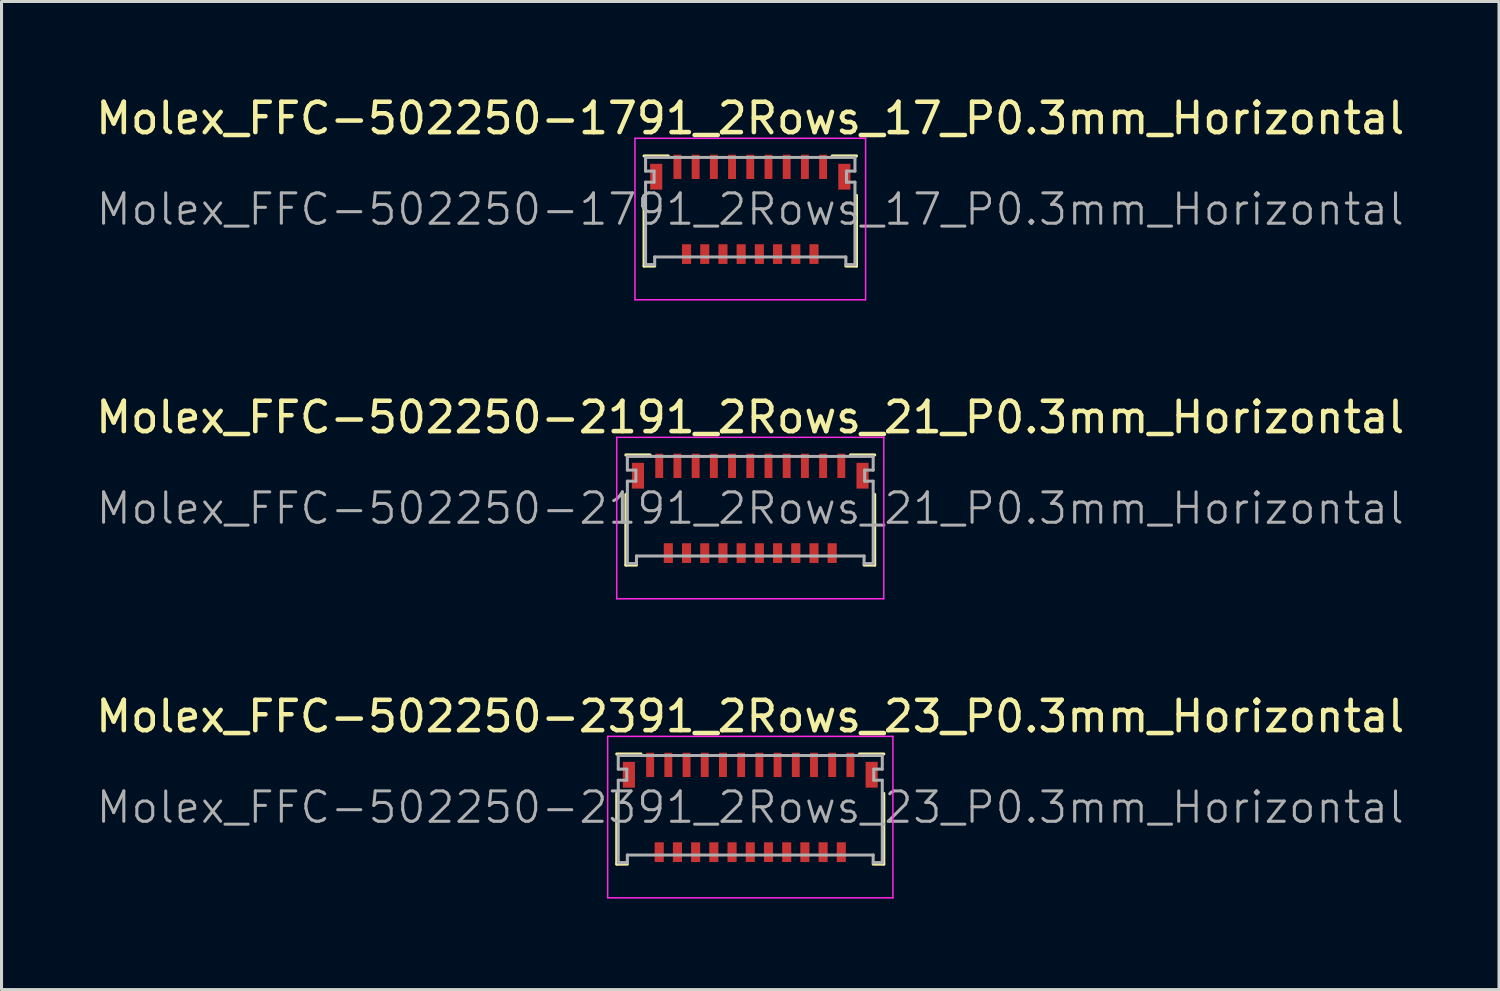
<source format=kicad_pcb>
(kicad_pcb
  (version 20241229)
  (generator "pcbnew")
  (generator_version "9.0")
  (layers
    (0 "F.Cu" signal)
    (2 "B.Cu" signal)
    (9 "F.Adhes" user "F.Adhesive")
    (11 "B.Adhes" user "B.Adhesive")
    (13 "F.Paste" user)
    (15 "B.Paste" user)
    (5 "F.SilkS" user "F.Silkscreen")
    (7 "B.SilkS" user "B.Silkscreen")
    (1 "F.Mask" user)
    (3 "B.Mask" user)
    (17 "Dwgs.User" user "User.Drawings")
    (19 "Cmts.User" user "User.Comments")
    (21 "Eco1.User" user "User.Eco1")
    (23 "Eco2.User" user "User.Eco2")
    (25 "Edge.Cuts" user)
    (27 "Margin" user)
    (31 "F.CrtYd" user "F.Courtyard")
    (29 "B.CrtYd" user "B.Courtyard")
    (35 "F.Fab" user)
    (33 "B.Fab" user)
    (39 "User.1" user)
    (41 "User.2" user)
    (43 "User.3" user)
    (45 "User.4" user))
  (footprint "Molex_FFC-502250-2191_2Rows_21_P0.3mm_Horizontal"
    (layer "F.Cu")
    (at 21.673 13.701)
    (property "Reference" "Molex_FFC-502250-2191_2Rows_21_P0.3mm_Horizontal" (at 0 -3 0) (layer "F.SilkS") (effects (font (size 1 1) (thickness 0.15))))
    (attr smd)
    (fp_line (start -4.1 -1.76) (end -3.3 -1.76) (stroke (width 0.1) (type solid)) (layer "F.SilkS"))
    (fp_line (start -4.1 -0.46) (end -4.1 1.87) (stroke (width 0.1) (type solid)) (layer "F.SilkS"))
    (fp_line (start -4.1 1.87) (end -3.75 1.87) (stroke (width 0.1) (type solid)) (layer "F.SilkS"))
    (fp_line (start 4.1 -1.76) (end 3.3 -1.76) (stroke (width 0.1) (type solid)) (layer "F.SilkS"))
    (fp_line (start 4.1 -0.46) (end 4.1 1.87) (stroke (width 0.1) (type solid)) (layer "F.SilkS"))
    (fp_line (start 4.1 1.87) (end 3.75 1.87) (stroke (width 0.1) (type solid)) (layer "F.SilkS"))
    (fp_line (start -4.4 -2.34) (end 4.4 -2.34) (stroke (width 0.05) (type solid)) (layer "F.CrtYd"))
    (fp_line (start -4.4 2.98) (end -4.4 -2.34) (stroke (width 0.05) (type solid)) (layer "F.CrtYd"))
    (fp_line (start 4.4 -2.34) (end 4.4 2.98) (stroke (width 0.05) (type solid)) (layer "F.CrtYd"))
    (fp_line (start 4.4 2.98) (end -4.4 2.98) (stroke (width 0.05) (type solid)) (layer "F.CrtYd"))
    (fp_line (start -4.05 -1.71) (end -4.05 -1.26) (stroke (width 0.1) (type solid)) (layer "F.Fab"))
    (fp_line (start -4.05 -1.26) (end -3.77 -1.26) (stroke (width 0.1) (type solid)) (layer "F.Fab"))
    (fp_line (start -4.05 -0.895) (end -4.05 1.82) (stroke (width 0.1) (type solid)) (layer "F.Fab"))
    (fp_line (start -4.05 1.82) (end -3.75 1.82) (stroke (width 0.1) (type solid)) (layer "F.Fab"))
    (fp_line (start -3.77 -1.26) (end -3.77 -0.895) (stroke (width 0.1) (type solid)) (layer "F.Fab"))
    (fp_line (start -3.77 -0.895) (end -4.05 -0.895) (stroke (width 0.1) (type solid)) (layer "F.Fab"))
    (fp_line (start -3.75 1.57) (end 3.75 1.57) (stroke (width 0.1) (type solid)) (layer "F.Fab"))
    (fp_line (start -3.75 1.82) (end -3.75 1.57) (stroke (width 0.1) (type solid)) (layer "F.Fab"))
    (fp_line (start 3.75 1.57) (end 3.75 1.82) (stroke (width 0.1) (type solid)) (layer "F.Fab"))
    (fp_line (start 3.75 1.82) (end 4.05 1.82) (stroke (width 0.1) (type solid)) (layer "F.Fab"))
    (fp_line (start 3.77 -1.26) (end 4.05 -1.26) (stroke (width 0.1) (type solid)) (layer "F.Fab"))
    (fp_line (start 3.77 -0.895) (end 3.77 -1.26) (stroke (width 0.1) (type solid)) (layer "F.Fab"))
    (fp_line (start 4.05 -1.71) (end -4.05 -1.71) (stroke (width 0.1) (type solid)) (layer "F.Fab"))
    (fp_line (start 4.05 -1.26) (end 4.05 -1.71) (stroke (width 0.1) (type solid)) (layer "F.Fab"))
    (fp_line (start 4.05 -0.895) (end 3.77 -0.895) (stroke (width 0.1) (type solid)) (layer "F.Fab"))
    (fp_line (start 4.05 1.82) (end 4.05 -0.895) (stroke (width 0.1) (type solid)) (layer "F.Fab"))
    (fp_text user "${REFERENCE}" (at 0 0 0) (layer "F.Fab") (effects (font (size 1 1) (thickness 0.1))))
    (pad "" smd rect (at -3.7 -1.075) (size 0.4 0.85) (layers "F.Cu" "F.Mask" "F.Paste"))
    (pad "" smd rect (at 3.7 -1.075) (size 0.4 0.85) (layers "F.Cu" "F.Mask" "F.Paste"))
    (pad "1" smd rect (at -3 -1.4) (size 0.26 0.8) (layers "F.Cu" "F.Mask" "F.Paste"))
    (pad "2" smd rect (at -2.7 1.475) (size 0.3 0.65) (layers "F.Cu" "F.Mask" "F.Paste"))
    (pad "3" smd rect (at -2.4 -1.4) (size 0.26 0.8) (layers "F.Cu" "F.Mask" "F.Paste"))
    (pad "4" smd rect (at -2.1 1.475) (size 0.3 0.65) (layers "F.Cu" "F.Mask" "F.Paste"))
    (pad "5" smd rect (at -1.8 -1.4) (size 0.26 0.8) (layers "F.Cu" "F.Mask" "F.Paste"))
    (pad "6" smd rect (at -1.5 1.475) (size 0.3 0.65) (layers "F.Cu" "F.Mask" "F.Paste"))
    (pad "7" smd rect (at -1.2 -1.4) (size 0.26 0.8) (layers "F.Cu" "F.Mask" "F.Paste"))
    (pad "8" smd rect (at -0.9 1.475) (size 0.3 0.65) (layers "F.Cu" "F.Mask" "F.Paste"))
    (pad "9" smd rect (at -0.6 -1.4) (size 0.26 0.8) (layers "F.Cu" "F.Mask" "F.Paste"))
    (pad "10" smd rect (at -0.3 1.475) (size 0.3 0.65) (layers "F.Cu" "F.Mask" "F.Paste"))
    (pad "11" smd rect (at 0 -1.4) (size 0.26 0.8) (layers "F.Cu" "F.Mask" "F.Paste"))
    (pad "12" smd rect (at 0.3 1.475) (size 0.3 0.65) (layers "F.Cu" "F.Mask" "F.Paste"))
    (pad "13" smd rect (at 0.6 -1.4) (size 0.26 0.8) (layers "F.Cu" "F.Mask" "F.Paste"))
    (pad "14" smd rect (at 0.9 1.475) (size 0.3 0.65) (layers "F.Cu" "F.Mask" "F.Paste"))
    (pad "15" smd rect (at 1.2 -1.4) (size 0.26 0.8) (layers "F.Cu" "F.Mask" "F.Paste"))
    (pad "16" smd rect (at 1.5 1.475) (size 0.3 0.65) (layers "F.Cu" "F.Mask" "F.Paste"))
    (pad "17" smd rect (at 1.8 -1.4) (size 0.26 0.8) (layers "F.Cu" "F.Mask" "F.Paste"))
    (pad "18" smd rect (at 2.1 1.475) (size 0.3 0.65) (layers "F.Cu" "F.Mask" "F.Paste"))
    (pad "19" smd rect (at 2.4 -1.4) (size 0.26 0.8) (layers "F.Cu" "F.Mask" "F.Paste"))
    (pad "20" smd rect (at 2.7 1.475) (size 0.3 0.65) (layers "F.Cu" "F.Mask" "F.Paste"))
    (pad "21" smd rect (at 3 -1.4) (size 0.26 0.8) (layers "F.Cu" "F.Mask" "F.Paste")))
  (footprint "Molex_FFC-502250-1791_2Rows_17_P0.3mm_Horizontal"
    (layer "F.Cu")
    (at 21.673 3.848)
    (property "Reference" "Molex_FFC-502250-1791_2Rows_17_P0.3mm_Horizontal" (at 0 -3 0) (layer "F.SilkS") (effects (font (size 1 1) (thickness 0.15))))
    (attr smd)
    (fp_line (start -3.5 -1.76) (end -2.7 -1.76) (stroke (width 0.1) (type solid)) (layer "F.SilkS"))
    (fp_line (start -3.5 -0.46) (end -3.5 1.87) (stroke (width 0.1) (type solid)) (layer "F.SilkS"))
    (fp_line (start -3.5 1.87) (end -3.15 1.87) (stroke (width 0.1) (type solid)) (layer "F.SilkS"))
    (fp_line (start 3.5 -1.76) (end 2.7 -1.76) (stroke (width 0.1) (type solid)) (layer "F.SilkS"))
    (fp_line (start 3.5 -0.46) (end 3.5 1.87) (stroke (width 0.1) (type solid)) (layer "F.SilkS"))
    (fp_line (start 3.5 1.87) (end 3.15 1.87) (stroke (width 0.1) (type solid)) (layer "F.SilkS"))
    (fp_line (start -3.8 -2.34) (end 3.8 -2.34) (stroke (width 0.05) (type solid)) (layer "F.CrtYd"))
    (fp_line (start -3.8 2.98) (end -3.8 -2.34) (stroke (width 0.05) (type solid)) (layer "F.CrtYd"))
    (fp_line (start 3.8 -2.34) (end 3.8 2.98) (stroke (width 0.05) (type solid)) (layer "F.CrtYd"))
    (fp_line (start 3.8 2.98) (end -3.8 2.98) (stroke (width 0.05) (type solid)) (layer "F.CrtYd"))
    (fp_line (start -3.45 -1.71) (end -3.45 -1.26) (stroke (width 0.1) (type solid)) (layer "F.Fab"))
    (fp_line (start -3.45 -1.26) (end -3.17 -1.26) (stroke (width 0.1) (type solid)) (layer "F.Fab"))
    (fp_line (start -3.45 -0.895) (end -3.45 1.82) (stroke (width 0.1) (type solid)) (layer "F.Fab"))
    (fp_line (start -3.45 1.82) (end -3.15 1.82) (stroke (width 0.1) (type solid)) (layer "F.Fab"))
    (fp_line (start -3.17 -1.26) (end -3.17 -0.895) (stroke (width 0.1) (type solid)) (layer "F.Fab"))
    (fp_line (start -3.17 -0.895) (end -3.45 -0.895) (stroke (width 0.1) (type solid)) (layer "F.Fab"))
    (fp_line (start -3.15 1.57) (end 3.15 1.57) (stroke (width 0.1) (type solid)) (layer "F.Fab"))
    (fp_line (start -3.15 1.82) (end -3.15 1.57) (stroke (width 0.1) (type solid)) (layer "F.Fab"))
    (fp_line (start 3.15 1.57) (end 3.15 1.82) (stroke (width 0.1) (type solid)) (layer "F.Fab"))
    (fp_line (start 3.15 1.82) (end 3.45 1.82) (stroke (width 0.1) (type solid)) (layer "F.Fab"))
    (fp_line (start 3.17 -1.26) (end 3.45 -1.26) (stroke (width 0.1) (type solid)) (layer "F.Fab"))
    (fp_line (start 3.17 -0.895) (end 3.17 -1.26) (stroke (width 0.1) (type solid)) (layer "F.Fab"))
    (fp_line (start 3.45 -1.71) (end -3.45 -1.71) (stroke (width 0.1) (type solid)) (layer "F.Fab"))
    (fp_line (start 3.45 -1.26) (end 3.45 -1.71) (stroke (width 0.1) (type solid)) (layer "F.Fab"))
    (fp_line (start 3.45 -0.895) (end 3.17 -0.895) (stroke (width 0.1) (type solid)) (layer "F.Fab"))
    (fp_line (start 3.45 1.82) (end 3.45 -0.895) (stroke (width 0.1) (type solid)) (layer "F.Fab"))
    (fp_text user "${REFERENCE}" (at 0 0 0) (layer "F.Fab") (effects (font (size 1 1) (thickness 0.1))))
    (pad "" smd rect (at -3.1 -1.075) (size 0.4 0.85) (layers "F.Cu" "F.Mask" "F.Paste"))
    (pad "" smd rect (at 3.1 -1.075) (size 0.4 0.85) (layers "F.Cu" "F.Mask" "F.Paste"))
    (pad "1" smd rect (at -2.4 -1.4) (size 0.26 0.8) (layers "F.Cu" "F.Mask" "F.Paste"))
    (pad "2" smd rect (at -2.1 1.475) (size 0.3 0.65) (layers "F.Cu" "F.Mask" "F.Paste"))
    (pad "3" smd rect (at -1.8 -1.4) (size 0.26 0.8) (layers "F.Cu" "F.Mask" "F.Paste"))
    (pad "4" smd rect (at -1.5 1.475) (size 0.3 0.65) (layers "F.Cu" "F.Mask" "F.Paste"))
    (pad "5" smd rect (at -1.2 -1.4) (size 0.26 0.8) (layers "F.Cu" "F.Mask" "F.Paste"))
    (pad "6" smd rect (at -0.9 1.475) (size 0.3 0.65) (layers "F.Cu" "F.Mask" "F.Paste"))
    (pad "7" smd rect (at -0.6 -1.4) (size 0.26 0.8) (layers "F.Cu" "F.Mask" "F.Paste"))
    (pad "8" smd rect (at -0.3 1.475) (size 0.3 0.65) (layers "F.Cu" "F.Mask" "F.Paste"))
    (pad "9" smd rect (at 0 -1.4) (size 0.26 0.8) (layers "F.Cu" "F.Mask" "F.Paste"))
    (pad "10" smd rect (at 0.3 1.475) (size 0.3 0.65) (layers "F.Cu" "F.Mask" "F.Paste"))
    (pad "11" smd rect (at 0.6 -1.4) (size 0.26 0.8) (layers "F.Cu" "F.Mask" "F.Paste"))
    (pad "12" smd rect (at 0.9 1.475) (size 0.3 0.65) (layers "F.Cu" "F.Mask" "F.Paste"))
    (pad "13" smd rect (at 1.2 -1.4) (size 0.26 0.8) (layers "F.Cu" "F.Mask" "F.Paste"))
    (pad "14" smd rect (at 1.5 1.475) (size 0.3 0.65) (layers "F.Cu" "F.Mask" "F.Paste"))
    (pad "15" smd rect (at 1.8 -1.4) (size 0.26 0.8) (layers "F.Cu" "F.Mask" "F.Paste"))
    (pad "16" smd rect (at 2.1 1.475) (size 0.3 0.65) (layers "F.Cu" "F.Mask" "F.Paste"))
    (pad "17" smd rect (at 2.4 -1.4) (size 0.26 0.8) (layers "F.Cu" "F.Mask" "F.Paste")))
  (footprint "Molex_FFC-502250-2391_2Rows_23_P0.3mm_Horizontal"
    (layer "F.Cu")
    (at 21.673 23.555)
    (property "Reference" "Molex_FFC-502250-2391_2Rows_23_P0.3mm_Horizontal" (at 0 -3 0) (layer "F.SilkS") (effects (font (size 1 1) (thickness 0.15))))
    (attr smd)
    (fp_line (start -4.4 -1.76) (end -3.6 -1.76) (stroke (width 0.1) (type solid)) (layer "F.SilkS"))
    (fp_line (start -4.4 -0.46) (end -4.4 1.87) (stroke (width 0.1) (type solid)) (layer "F.SilkS"))
    (fp_line (start -4.4 1.87) (end -4.05 1.87) (stroke (width 0.1) (type solid)) (layer "F.SilkS"))
    (fp_line (start 4.4 -1.76) (end 3.6 -1.76) (stroke (width 0.1) (type solid)) (layer "F.SilkS"))
    (fp_line (start 4.4 -0.46) (end 4.4 1.87) (stroke (width 0.1) (type solid)) (layer "F.SilkS"))
    (fp_line (start 4.4 1.87) (end 4.05 1.87) (stroke (width 0.1) (type solid)) (layer "F.SilkS"))
    (fp_line (start -4.7 -2.34) (end 4.7 -2.34) (stroke (width 0.05) (type solid)) (layer "F.CrtYd"))
    (fp_line (start -4.7 2.98) (end -4.7 -2.34) (stroke (width 0.05) (type solid)) (layer "F.CrtYd"))
    (fp_line (start 4.7 -2.34) (end 4.7 2.98) (stroke (width 0.05) (type solid)) (layer "F.CrtYd"))
    (fp_line (start 4.7 2.98) (end -4.7 2.98) (stroke (width 0.05) (type solid)) (layer "F.CrtYd"))
    (fp_line (start -4.35 -1.71) (end -4.35 -1.26) (stroke (width 0.1) (type solid)) (layer "F.Fab"))
    (fp_line (start -4.35 -1.26) (end -4.07 -1.26) (stroke (width 0.1) (type solid)) (layer "F.Fab"))
    (fp_line (start -4.35 -0.895) (end -4.35 1.82) (stroke (width 0.1) (type solid)) (layer "F.Fab"))
    (fp_line (start -4.35 1.82) (end -4.05 1.82) (stroke (width 0.1) (type solid)) (layer "F.Fab"))
    (fp_line (start -4.07 -1.26) (end -4.07 -0.895) (stroke (width 0.1) (type solid)) (layer "F.Fab"))
    (fp_line (start -4.07 -0.895) (end -4.35 -0.895) (stroke (width 0.1) (type solid)) (layer "F.Fab"))
    (fp_line (start -4.05 1.57) (end 4.05 1.57) (stroke (width 0.1) (type solid)) (layer "F.Fab"))
    (fp_line (start -4.05 1.82) (end -4.05 1.57) (stroke (width 0.1) (type solid)) (layer "F.Fab"))
    (fp_line (start 4.05 1.57) (end 4.05 1.82) (stroke (width 0.1) (type solid)) (layer "F.Fab"))
    (fp_line (start 4.05 1.82) (end 4.35 1.82) (stroke (width 0.1) (type solid)) (layer "F.Fab"))
    (fp_line (start 4.07 -1.26) (end 4.35 -1.26) (stroke (width 0.1) (type solid)) (layer "F.Fab"))
    (fp_line (start 4.07 -0.895) (end 4.07 -1.26) (stroke (width 0.1) (type solid)) (layer "F.Fab"))
    (fp_line (start 4.35 -1.71) (end -4.35 -1.71) (stroke (width 0.1) (type solid)) (layer "F.Fab"))
    (fp_line (start 4.35 -1.26) (end 4.35 -1.71) (stroke (width 0.1) (type solid)) (layer "F.Fab"))
    (fp_line (start 4.35 -0.895) (end 4.07 -0.895) (stroke (width 0.1) (type solid)) (layer "F.Fab"))
    (fp_line (start 4.35 1.82) (end 4.35 -0.895) (stroke (width 0.1) (type solid)) (layer "F.Fab"))
    (fp_text user "${REFERENCE}" (at 0 0 0) (layer "F.Fab") (effects (font (size 1 1) (thickness 0.1))))
    (pad "" smd rect (at -4 -1.075) (size 0.4 0.85) (layers "F.Cu" "F.Mask" "F.Paste"))
    (pad "" smd rect (at 4 -1.075) (size 0.4 0.85) (layers "F.Cu" "F.Mask" "F.Paste"))
    (pad "1" smd rect (at -3.3 -1.4) (size 0.26 0.8) (layers "F.Cu" "F.Mask" "F.Paste"))
    (pad "2" smd rect (at -3 1.475) (size 0.3 0.65) (layers "F.Cu" "F.Mask" "F.Paste"))
    (pad "3" smd rect (at -2.7 -1.4) (size 0.26 0.8) (layers "F.Cu" "F.Mask" "F.Paste"))
    (pad "4" smd rect (at -2.4 1.475) (size 0.3 0.65) (layers "F.Cu" "F.Mask" "F.Paste"))
    (pad "5" smd rect (at -2.1 -1.4) (size 0.26 0.8) (layers "F.Cu" "F.Mask" "F.Paste"))
    (pad "6" smd rect (at -1.8 1.475) (size 0.3 0.65) (layers "F.Cu" "F.Mask" "F.Paste"))
    (pad "7" smd rect (at -1.5 -1.4) (size 0.26 0.8) (layers "F.Cu" "F.Mask" "F.Paste"))
    (pad "8" smd rect (at -1.2 1.475) (size 0.3 0.65) (layers "F.Cu" "F.Mask" "F.Paste"))
    (pad "9" smd rect (at -0.9 -1.4) (size 0.26 0.8) (layers "F.Cu" "F.Mask" "F.Paste"))
    (pad "10" smd rect (at -0.6 1.475) (size 0.3 0.65) (layers "F.Cu" "F.Mask" "F.Paste"))
    (pad "11" smd rect (at -0.3 -1.4) (size 0.26 0.8) (layers "F.Cu" "F.Mask" "F.Paste"))
    (pad "12" smd rect (at 0 1.475) (size 0.3 0.65) (layers "F.Cu" "F.Mask" "F.Paste"))
    (pad "13" smd rect (at 0.3 -1.4) (size 0.26 0.8) (layers "F.Cu" "F.Mask" "F.Paste"))
    (pad "14" smd rect (at 0.6 1.475) (size 0.3 0.65) (layers "F.Cu" "F.Mask" "F.Paste"))
    (pad "15" smd rect (at 0.9 -1.4) (size 0.26 0.8) (layers "F.Cu" "F.Mask" "F.Paste"))
    (pad "16" smd rect (at 1.2 1.475) (size 0.3 0.65) (layers "F.Cu" "F.Mask" "F.Paste"))
    (pad "17" smd rect (at 1.5 -1.4) (size 0.26 0.8) (layers "F.Cu" "F.Mask" "F.Paste"))
    (pad "18" smd rect (at 1.8 1.475) (size 0.3 0.65) (layers "F.Cu" "F.Mask" "F.Paste"))
    (pad "19" smd rect (at 2.1 -1.4) (size 0.26 0.8) (layers "F.Cu" "F.Mask" "F.Paste"))
    (pad "20" smd rect (at 2.4 1.475) (size 0.3 0.65) (layers "F.Cu" "F.Mask" "F.Paste"))
    (pad "21" smd rect (at 2.7 -1.4) (size 0.26 0.8) (layers "F.Cu" "F.Mask" "F.Paste"))
    (pad "22" smd rect (at 3 1.475) (size 0.3 0.65) (layers "F.Cu" "F.Mask" "F.Paste"))
    (pad "23" smd rect (at 3.3 -1.4) (size 0.26 0.8) (layers "F.Cu" "F.Mask" "F.Paste")))
  (gr_rect
    (start -3 -3)
    (end 46.345 29.56)
    (stroke (width 0.1) (type default))
    (fill no)
    (layer "Edge.Cuts")))
</source>
